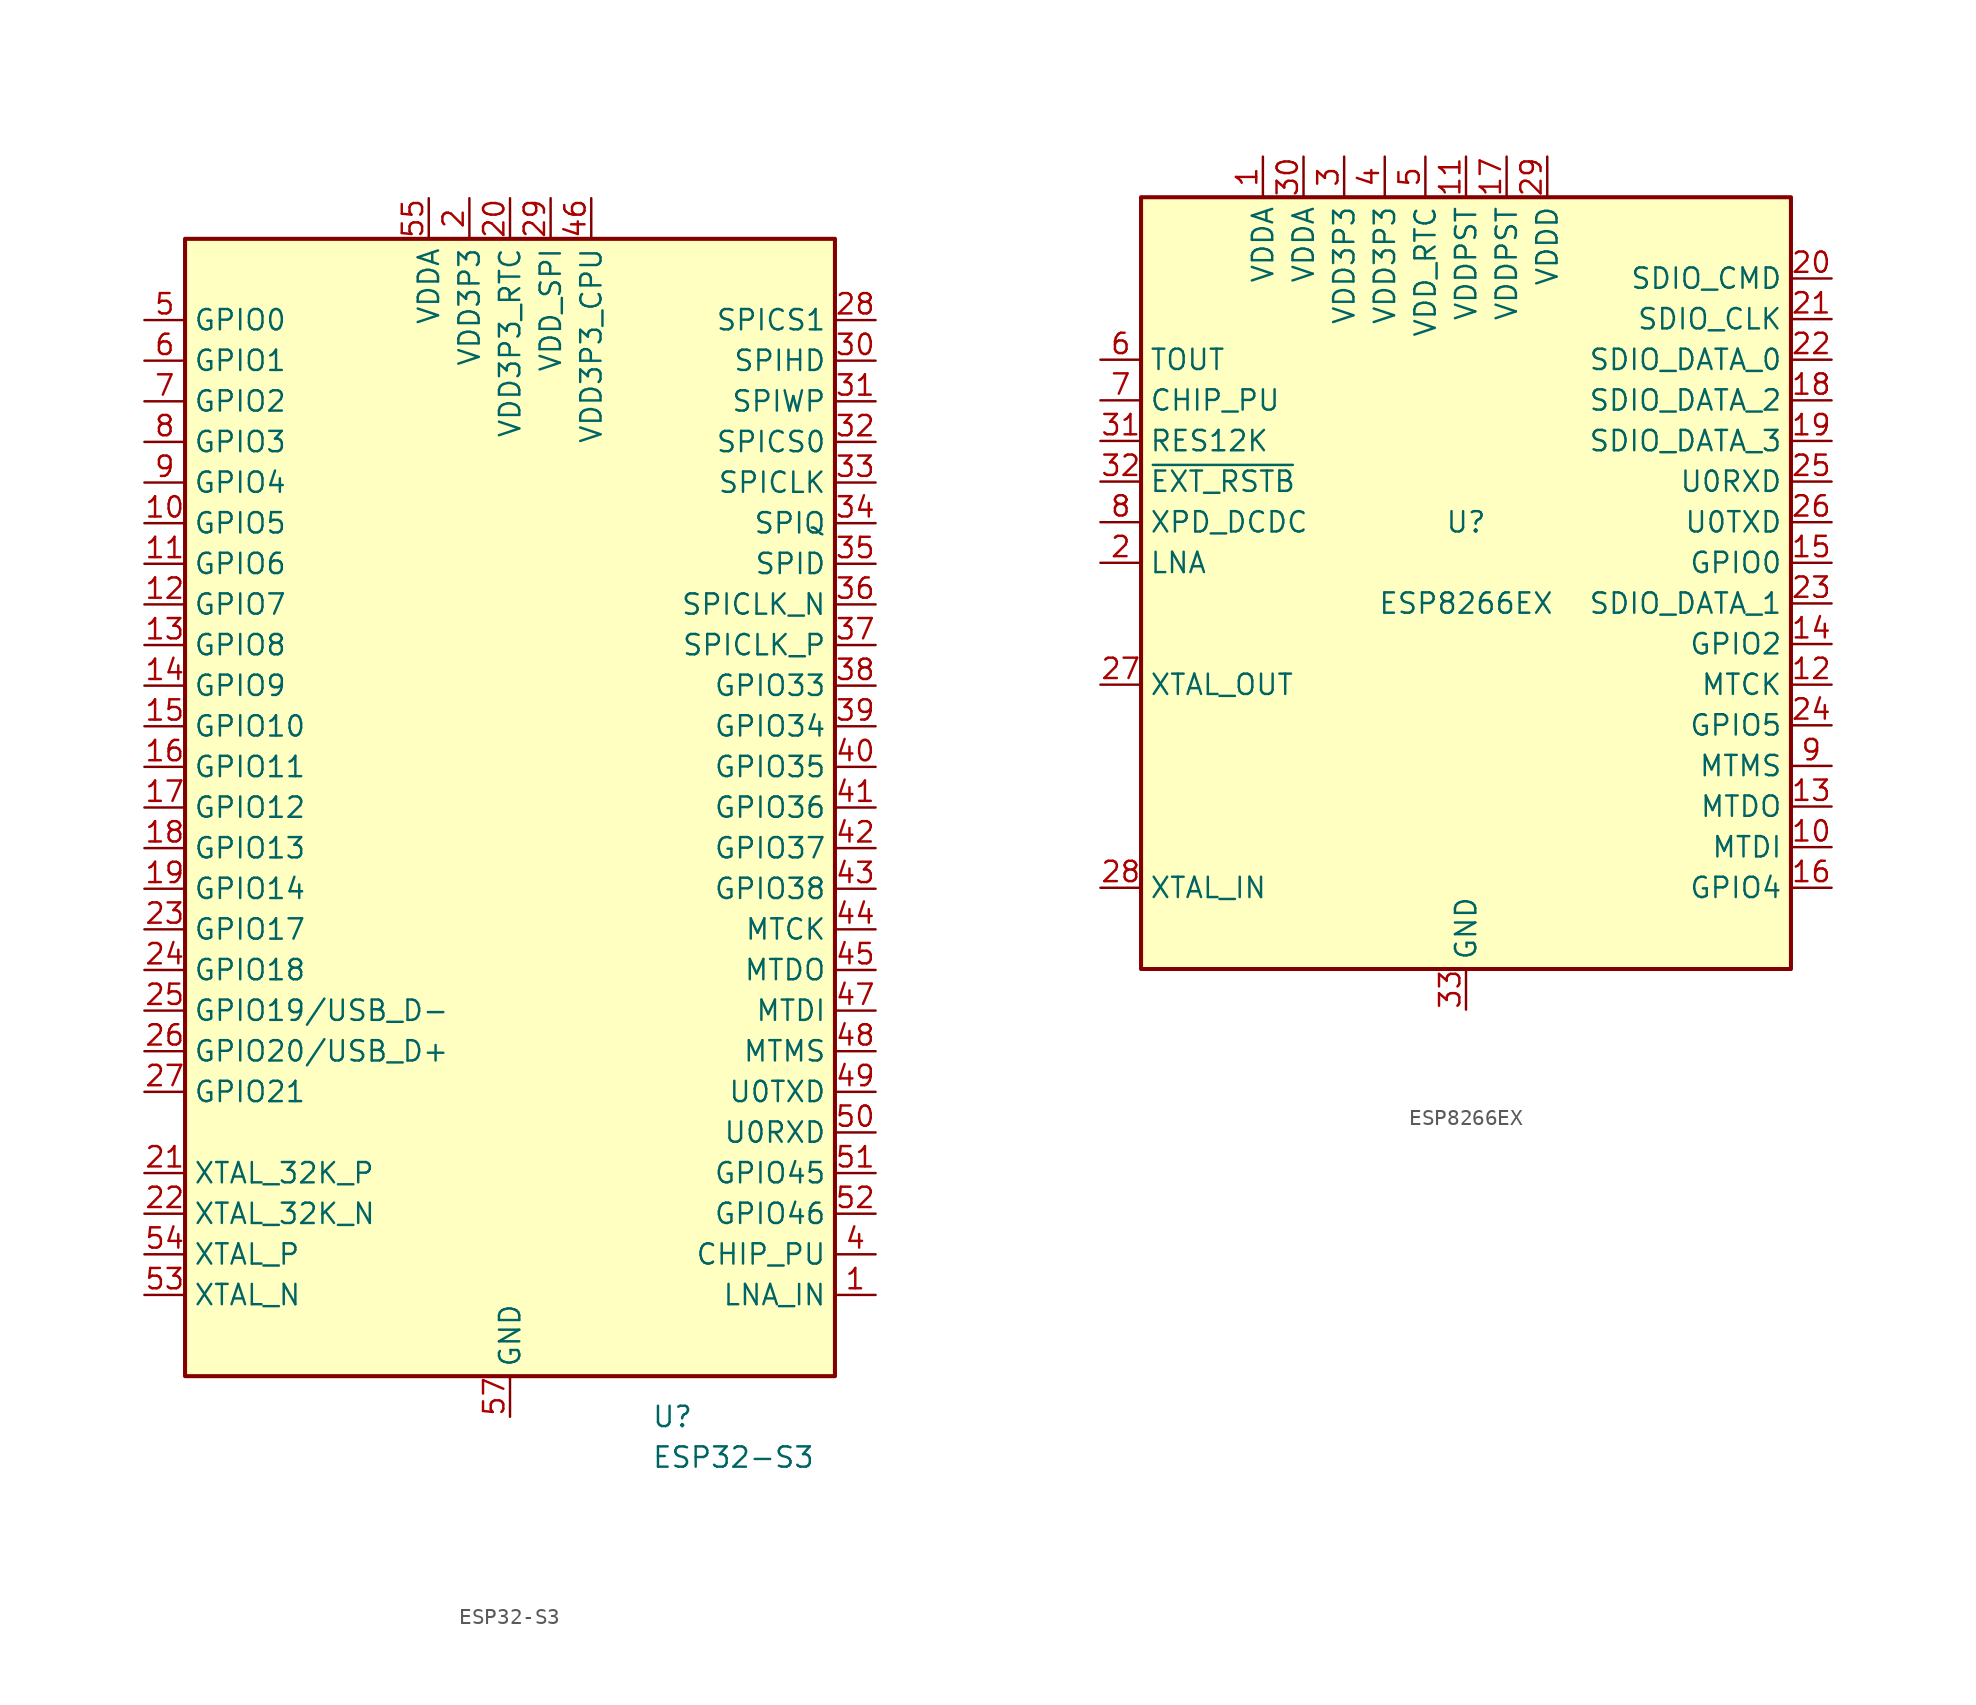
<source format=kicad_sym>
(kicad_symbol_lib
  (version 20241209)
  (generator "kicad_symbol_editor")
  (generator_version "9.0")
  (symbol "ESP32-S3"
    (property "Reference" "U"
      (at 10.16 -38.1 0)
      (effects (font (size 1.27 1.27))))
    (property "Value" "ESP32-S3"
      (at 13.97 -40.64 0)
      (effects (font (size 1.27 1.27))))
    (symbol "ESP32-S3_0_1"
      (rectangle (start -20.32 35.56) (end 20.32 -35.56) (stroke (width 0.254) (type default)) (fill (type background))))
    (symbol "ESP32-S3_1_0"
      (pin passive line (at -5.08 38.1 270) (length 2.54) (hide yes) (name "VDDA" (effects (font (size 1.27 1.27)))) (number "56" (effects (font (size 1.27 1.27)))))
      (pin bidirectional line (at 22.86 12.7 180) (length 2.54) (name "SPICLK_N" (effects (font (size 1.27 1.27)))) (number "36" (effects (font (size 1.27 1.27)))))
      (pin bidirectional line (at 22.86 -10.16 180) (length 2.54) (name "MTDO" (effects (font (size 1.27 1.27)))) (number "45" (effects (font (size 1.27 1.27)))))
      (pin bidirectional line (at 22.86 -22.86 180) (length 2.54) (name "GPIO45" (effects (font (size 1.27 1.27)))) (number "51" (effects (font (size 1.27 1.27))))))
    (symbol "ESP32-S3_1_1"
      (pin bidirectional line (at -22.86 30.48 0) (length 2.54) (name "GPIO0" (effects (font (size 1.27 1.27)))) (number "5" (effects (font (size 1.27 1.27)))))
      (pin bidirectional line (at -22.86 27.94 0) (length 2.54) (name "GPIO1" (effects (font (size 1.27 1.27)))) (number "6" (effects (font (size 1.27 1.27)))))
      (pin bidirectional line (at -22.86 25.4 0) (length 2.54) (name "GPIO2" (effects (font (size 1.27 1.27)))) (number "7" (effects (font (size 1.27 1.27)))))
      (pin bidirectional line (at -22.86 22.86 0) (length 2.54) (name "GPIO3" (effects (font (size 1.27 1.27)))) (number "8" (effects (font (size 1.27 1.27)))))
      (pin bidirectional line (at -22.86 20.32 0) (length 2.54) (name "GPIO4" (effects (font (size 1.27 1.27)))) (number "9" (effects (font (size 1.27 1.27)))))
      (pin bidirectional line (at -22.86 17.78 0) (length 2.54) (name "GPIO5" (effects (font (size 1.27 1.27)))) (number "10" (effects (font (size 1.27 1.27)))))
      (pin bidirectional line (at -22.86 15.24 0) (length 2.54) (name "GPIO6" (effects (font (size 1.27 1.27)))) (number "11" (effects (font (size 1.27 1.27)))))
      (pin bidirectional line (at -22.86 12.7 0) (length 2.54) (name "GPIO7" (effects (font (size 1.27 1.27)))) (number "12" (effects (font (size 1.27 1.27)))))
      (pin bidirectional line (at -22.86 10.16 0) (length 2.54) (name "GPIO8" (effects (font (size 1.27 1.27)))) (number "13" (effects (font (size 1.27 1.27)))))
      (pin bidirectional line (at -22.86 7.62 0) (length 2.54) (name "GPIO9" (effects (font (size 1.27 1.27)))) (number "14" (effects (font (size 1.27 1.27)))))
      (pin bidirectional line (at -22.86 5.08 0) (length 2.54) (name "GPIO10" (effects (font (size 1.27 1.27)))) (number "15" (effects (font (size 1.27 1.27)))))
      (pin bidirectional line (at -22.86 2.54 0) (length 2.54) (name "GPIO11" (effects (font (size 1.27 1.27)))) (number "16" (effects (font (size 1.27 1.27)))))
      (pin bidirectional line (at -22.86 0 0) (length 2.54) (name "GPIO12" (effects (font (size 1.27 1.27)))) (number "17" (effects (font (size 1.27 1.27)))))
      (pin bidirectional line (at -22.86 -2.54 0) (length 2.54) (name "GPIO13" (effects (font (size 1.27 1.27)))) (number "18" (effects (font (size 1.27 1.27)))))
      (pin bidirectional line (at -22.86 -5.08 0) (length 2.54) (name "GPIO14" (effects (font (size 1.27 1.27)))) (number "19" (effects (font (size 1.27 1.27)))))
      (pin bidirectional line (at -22.86 -7.62 0) (length 2.54) (name "GPIO17" (effects (font (size 1.27 1.27)))) (number "23" (effects (font (size 1.27 1.27)))))
      (pin bidirectional line (at -22.86 -10.16 0) (length 2.54) (name "GPIO18" (effects (font (size 1.27 1.27)))) (number "24" (effects (font (size 1.27 1.27)))))
      (pin bidirectional line (at -22.86 -12.7 0) (length 2.54) (name "GPIO19/USB_D-" (effects (font (size 1.27 1.27)))) (number "25" (effects (font (size 1.27 1.27)))))
      (pin bidirectional line (at -22.86 -15.24 0) (length 2.54) (name "GPIO20/USB_D+" (effects (font (size 1.27 1.27)))) (number "26" (effects (font (size 1.27 1.27)))))
      (pin bidirectional line (at -22.86 -17.78 0) (length 2.54) (name "GPIO21" (effects (font (size 1.27 1.27)))) (number "27" (effects (font (size 1.27 1.27)))))
      (pin passive line (at -22.86 -22.86 0) (length 2.54) (name "XTAL_32K_P" (effects (font (size 1.27 1.27)))) (number "21" (effects (font (size 1.27 1.27)))))
      (pin passive line (at -22.86 -25.4 0) (length 2.54) (name "XTAL_32K_N" (effects (font (size 1.27 1.27)))) (number "22" (effects (font (size 1.27 1.27)))))
      (pin input line (at -22.86 -27.94 0) (length 2.54) (name "XTAL_P" (effects (font (size 1.27 1.27)))) (number "54" (effects (font (size 1.27 1.27)))))
      (pin output line (at -22.86 -30.48 0) (length 2.54) (name "XTAL_N" (effects (font (size 1.27 1.27)))) (number "53" (effects (font (size 1.27 1.27)))))
      (pin power_in line (at -5.08 38.1 270) (length 2.54) (name "VDDA" (effects (font (size 1.27 1.27)))) (number "55" (effects (font (size 1.27 1.27)))))
      (pin power_in line (at -2.54 38.1 270) (length 2.54) (name "VDD3P3" (effects (font (size 1.27 1.27)))) (number "2" (effects (font (size 1.27 1.27)))))
      (pin passive line (at -2.54 38.1 270) (length 2.54) (hide yes) (name "VDD3P3" (effects (font (size 1.27 1.27)))) (number "3" (effects (font (size 1.27 1.27)))))
      (pin power_in line (at 0 38.1 270) (length 2.54) (name "VDD3P3_RTC" (effects (font (size 1.27 1.27)))) (number "20" (effects (font (size 1.27 1.27)))))
      (pin power_in line (at 0 -38.1 90) (length 2.54) (name "GND" (effects (font (size 1.27 1.27)))) (number "57" (effects (font (size 1.27 1.27)))))
      (pin power_in line (at 2.54 38.1 270) (length 2.54) (name "VDD_SPI" (effects (font (size 1.27 1.27)))) (number "29" (effects (font (size 1.27 1.27)))))
      (pin power_in line (at 5.08 38.1 270) (length 2.54) (name "VDD3P3_CPU" (effects (font (size 1.27 1.27)))) (number "46" (effects (font (size 1.27 1.27)))))
      (pin bidirectional line (at 22.86 30.48 180) (length 2.54) (name "SPICS1" (effects (font (size 1.27 1.27)))) (number "28" (effects (font (size 1.27 1.27)))))
      (pin bidirectional line (at 22.86 27.94 180) (length 2.54) (name "SPIHD" (effects (font (size 1.27 1.27)))) (number "30" (effects (font (size 1.27 1.27)))))
      (pin bidirectional line (at 22.86 25.4 180) (length 2.54) (name "SPIWP" (effects (font (size 1.27 1.27)))) (number "31" (effects (font (size 1.27 1.27)))))
      (pin bidirectional line (at 22.86 22.86 180) (length 2.54) (name "SPICS0" (effects (font (size 1.27 1.27)))) (number "32" (effects (font (size 1.27 1.27)))))
      (pin bidirectional line (at 22.86 20.32 180) (length 2.54) (name "SPICLK" (effects (font (size 1.27 1.27)))) (number "33" (effects (font (size 1.27 1.27)))))
      (pin bidirectional line (at 22.86 17.78 180) (length 2.54) (name "SPIQ" (effects (font (size 1.27 1.27)))) (number "34" (effects (font (size 1.27 1.27)))))
      (pin bidirectional line (at 22.86 15.24 180) (length 2.54) (name "SPID" (effects (font (size 1.27 1.27)))) (number "35" (effects (font (size 1.27 1.27)))))
      (pin bidirectional line (at 22.86 10.16 180) (length 2.54) (name "SPICLK_P" (effects (font (size 1.27 1.27)))) (number "37" (effects (font (size 1.27 1.27)))))
      (pin bidirectional line (at 22.86 7.62 180) (length 2.54) (name "GPIO33" (effects (font (size 1.27 1.27)))) (number "38" (effects (font (size 1.27 1.27)))))
      (pin bidirectional line (at 22.86 5.08 180) (length 2.54) (name "GPIO34" (effects (font (size 1.27 1.27)))) (number "39" (effects (font (size 1.27 1.27)))))
      (pin bidirectional line (at 22.86 2.54 180) (length 2.54) (name "GPIO35" (effects (font (size 1.27 1.27)))) (number "40" (effects (font (size 1.27 1.27)))))
      (pin bidirectional line (at 22.86 0 180) (length 2.54) (name "GPIO36" (effects (font (size 1.27 1.27)))) (number "41" (effects (font (size 1.27 1.27)))))
      (pin bidirectional line (at 22.86 -2.54 180) (length 2.54) (name "GPIO37" (effects (font (size 1.27 1.27)))) (number "42" (effects (font (size 1.27 1.27)))))
      (pin bidirectional line (at 22.86 -5.08 180) (length 2.54) (name "GPIO38" (effects (font (size 1.27 1.27)))) (number "43" (effects (font (size 1.27 1.27)))))
      (pin bidirectional line (at 22.86 -7.62 180) (length 2.54) (name "MTCK" (effects (font (size 1.27 1.27)))) (number "44" (effects (font (size 1.27 1.27)))))
      (pin bidirectional line (at 22.86 -12.7 180) (length 2.54) (name "MTDI" (effects (font (size 1.27 1.27)))) (number "47" (effects (font (size 1.27 1.27)))))
      (pin bidirectional line (at 22.86 -15.24 180) (length 2.54) (name "MTMS" (effects (font (size 1.27 1.27)))) (number "48" (effects (font (size 1.27 1.27)))))
      (pin bidirectional line (at 22.86 -17.78 180) (length 2.54) (name "U0TXD" (effects (font (size 1.27 1.27)))) (number "49" (effects (font (size 1.27 1.27)))))
      (pin bidirectional line (at 22.86 -20.32 180) (length 2.54) (name "U0RXD" (effects (font (size 1.27 1.27)))) (number "50" (effects (font (size 1.27 1.27)))))
      (pin bidirectional line (at 22.86 -25.4 180) (length 2.54) (name "GPIO46" (effects (font (size 1.27 1.27)))) (number "52" (effects (font (size 1.27 1.27)))))
      (pin input line (at 22.86 -27.94 180) (length 2.54) (name "CHIP_PU" (effects (font (size 1.27 1.27)))) (number "4" (effects (font (size 1.27 1.27)))))
      (pin bidirectional line (at 22.86 -30.48 180) (length 2.54) (name "LNA_IN" (effects (font (size 1.27 1.27)))) (number "1" (effects (font (size 1.27 1.27)))))))
  (symbol "ESP8266EX"
    (property "Reference" "U"
      (at 0 2.54 0)
      (effects (font (size 1.27 1.27))))
    (property "Value" "ESP8266EX"
      (at 0 -2.54 0)
      (effects (font (size 1.27 1.27))))
    (symbol "ESP8266EX_0_1"
      (rectangle (start -20.32 22.86) (end 20.32 -25.4) (stroke (width 0.254) (type default)) (fill (type background))))
    (symbol "ESP8266EX_1_1"
      (pin input line (at -22.86 12.7 0) (length 2.54) (name "TOUT" (effects (font (size 1.27 1.27)))) (number "6" (effects (font (size 1.27 1.27)))))
      (pin input line (at -22.86 10.16 0) (length 2.54) (name "CHIP_PU" (effects (font (size 1.27 1.27)))) (number "7" (effects (font (size 1.27 1.27)))))
      (pin input line (at -22.86 7.62 0) (length 2.54) (name "RES12K" (effects (font (size 1.27 1.27)))) (number "31" (effects (font (size 1.27 1.27)))))
      (pin input line (at -22.86 5.08 0) (length 2.54) (name "~{EXT_RSTB}" (effects (font (size 1.27 1.27)))) (number "32" (effects (font (size 1.27 1.27)))))
      (pin bidirectional line (at -22.86 2.54 0) (length 2.54) (name "XPD_DCDC" (effects (font (size 1.27 1.27)))) (number "8" (effects (font (size 1.27 1.27)))))
      (pin bidirectional line (at -22.86 0 0) (length 2.54) (name "LNA" (effects (font (size 1.27 1.27)))) (number "2" (effects (font (size 1.27 1.27)))))
      (pin bidirectional line (at -22.86 -7.62 0) (length 2.54) (name "XTAL_OUT" (effects (font (size 1.27 1.27)))) (number "27" (effects (font (size 1.27 1.27)))))
      (pin bidirectional line (at -22.86 -20.32 0) (length 2.54) (name "XTAL_IN" (effects (font (size 1.27 1.27)))) (number "28" (effects (font (size 1.27 1.27)))))
      (pin power_in line (at -12.7 25.4 270) (length 2.54) (name "VDDA" (effects (font (size 1.27 1.27)))) (number "1" (effects (font (size 1.27 1.27)))))
      (pin power_in line (at -10.16 25.4 270) (length 2.54) (name "VDDA" (effects (font (size 1.27 1.27)))) (number "30" (effects (font (size 1.27 1.27)))))
      (pin power_in line (at -7.62 25.4 270) (length 2.54) (name "VDD3P3" (effects (font (size 1.27 1.27)))) (number "3" (effects (font (size 1.27 1.27)))))
      (pin power_in line (at -5.08 25.4 270) (length 2.54) (name "VDD3P3" (effects (font (size 1.27 1.27)))) (number "4" (effects (font (size 1.27 1.27)))))
      (pin power_in line (at -2.54 25.4 270) (length 2.54) (name "VDD_RTC" (effects (font (size 1.27 1.27)))) (number "5" (effects (font (size 1.27 1.27)))))
      (pin power_in line (at 0 25.4 270) (length 2.54) (name "VDDPST" (effects (font (size 1.27 1.27)))) (number "11" (effects (font (size 1.27 1.27)))))
      (pin power_in line (at 0 -27.94 90) (length 2.54) (name "GND" (effects (font (size 1.27 1.27)))) (number "33" (effects (font (size 1.27 1.27)))))
      (pin power_in line (at 2.54 25.4 270) (length 2.54) (name "VDDPST" (effects (font (size 1.27 1.27)))) (number "17" (effects (font (size 1.27 1.27)))))
      (pin power_in line (at 5.08 25.4 270) (length 2.54) (name "VDDD" (effects (font (size 1.27 1.27)))) (number "29" (effects (font (size 1.27 1.27)))))
      (pin bidirectional line (at 22.86 17.78 180) (length 2.54) (name "SDIO_CMD" (effects (font (size 1.27 1.27)))) (number "20" (effects (font (size 1.27 1.27)))))
      (pin bidirectional line (at 22.86 15.24 180) (length 2.54) (name "SDIO_CLK" (effects (font (size 1.27 1.27)))) (number "21" (effects (font (size 1.27 1.27)))))
      (pin bidirectional line (at 22.86 12.7 180) (length 2.54) (name "SDIO_DATA_0" (effects (font (size 1.27 1.27)))) (number "22" (effects (font (size 1.27 1.27)))))
      (pin bidirectional line (at 22.86 10.16 180) (length 2.54) (name "SDIO_DATA_2" (effects (font (size 1.27 1.27)))) (number "18" (effects (font (size 1.27 1.27)))))
      (pin bidirectional line (at 22.86 7.62 180) (length 2.54) (name "SDIO_DATA_3" (effects (font (size 1.27 1.27)))) (number "19" (effects (font (size 1.27 1.27)))))
      (pin bidirectional line (at 22.86 5.08 180) (length 2.54) (name "U0RXD" (effects (font (size 1.27 1.27)))) (number "25" (effects (font (size 1.27 1.27)))))
      (pin bidirectional line (at 22.86 2.54 180) (length 2.54) (name "U0TXD" (effects (font (size 1.27 1.27)))) (number "26" (effects (font (size 1.27 1.27)))))
      (pin bidirectional line (at 22.86 0 180) (length 2.54) (name "GPIO0" (effects (font (size 1.27 1.27)))) (number "15" (effects (font (size 1.27 1.27)))))
      (pin bidirectional line (at 22.86 -2.54 180) (length 2.54) (name "SDIO_DATA_1" (effects (font (size 1.27 1.27)))) (number "23" (effects (font (size 1.27 1.27)))))
      (pin bidirectional line (at 22.86 -5.08 180) (length 2.54) (name "GPIO2" (effects (font (size 1.27 1.27)))) (number "14" (effects (font (size 1.27 1.27)))))
      (pin bidirectional line (at 22.86 -7.62 180) (length 2.54) (name "MTCK" (effects (font (size 1.27 1.27)))) (number "12" (effects (font (size 1.27 1.27)))))
      (pin bidirectional line (at 22.86 -10.16 180) (length 2.54) (name "GPIO5" (effects (font (size 1.27 1.27)))) (number "24" (effects (font (size 1.27 1.27)))))
      (pin bidirectional line (at 22.86 -12.7 180) (length 2.54) (name "MTMS" (effects (font (size 1.27 1.27)))) (number "9" (effects (font (size 1.27 1.27)))))
      (pin bidirectional line (at 22.86 -15.24 180) (length 2.54) (name "MTDO" (effects (font (size 1.27 1.27)))) (number "13" (effects (font (size 1.27 1.27)))))
      (pin bidirectional line (at 22.86 -17.78 180) (length 2.54) (name "MTDI" (effects (font (size 1.27 1.27)))) (number "10" (effects (font (size 1.27 1.27)))))
      (pin bidirectional line (at 22.86 -20.32 180) (length 2.54) (name "GPIO4" (effects (font (size 1.27 1.27)))) (number "16" (effects (font (size 1.27 1.27))))))))
</source>
